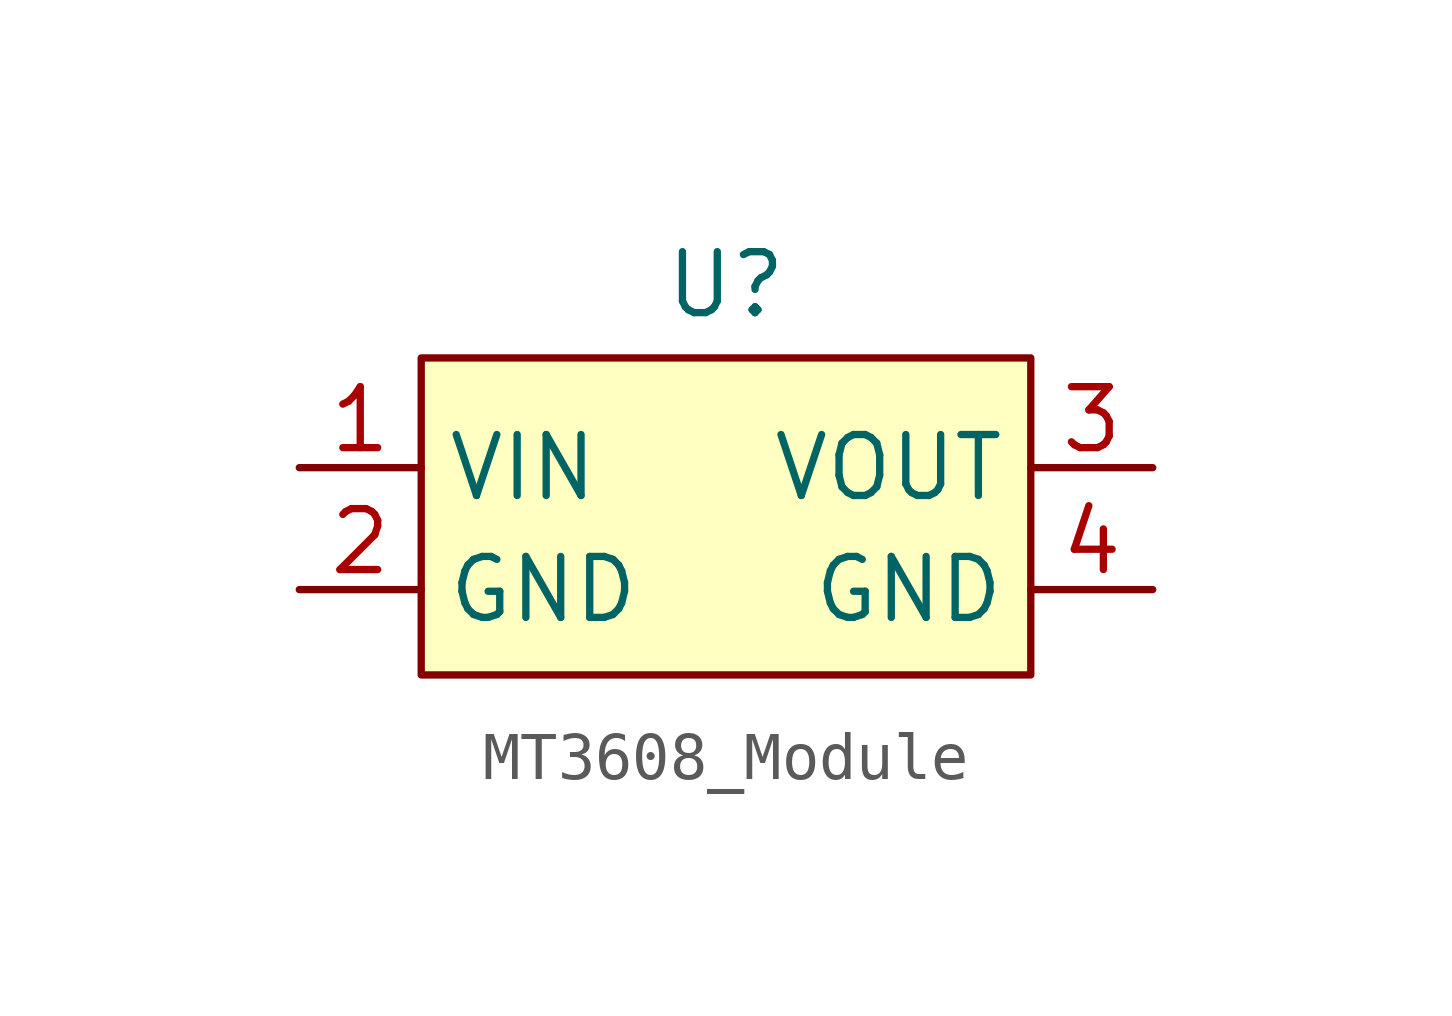
<source format=kicad_sym>
(kicad_symbol_lib
  (version 20241209)
  (generator "kicad_symbol_editor")
  (generator_version "9.0")
  (symbol "MT3608_Module"
    (property "Reference" "U"
      (at 0 5.08 0)
      (effects (font (size 1.27 1.27))))
    (property "Value" ""
      (at 0 0 0)
      (effects (font (size 1.27 1.27))))
    (symbol "MT3608_Module_1_1"
      (rectangle (start -6.35 3.556) (end 6.35 -3.048) (stroke (width 0) (type solid)) (fill (type background)))
      (pin output line (at -8.89 1.27 0) (length 2.54) (name "VIN" (effects (font (size 1.27 1.27)))) (number "1" (effects (font (size 1.27 1.27)))))
      (pin output line (at -8.89 -1.27 0) (length 2.54) (name "GND" (effects (font (size 1.27 1.27)))) (number "2" (effects (font (size 1.27 1.27)))))
      (pin output line (at 8.89 1.27 180) (length 2.54) (name "VOUT" (effects (font (size 1.27 1.27)))) (number "3" (effects (font (size 1.27 1.27)))))
      (pin output line (at 8.89 -1.27 180) (length 2.54) (name "GND" (effects (font (size 1.27 1.27)))) (number "4" (effects (font (size 1.27 1.27))))))))
</source>
